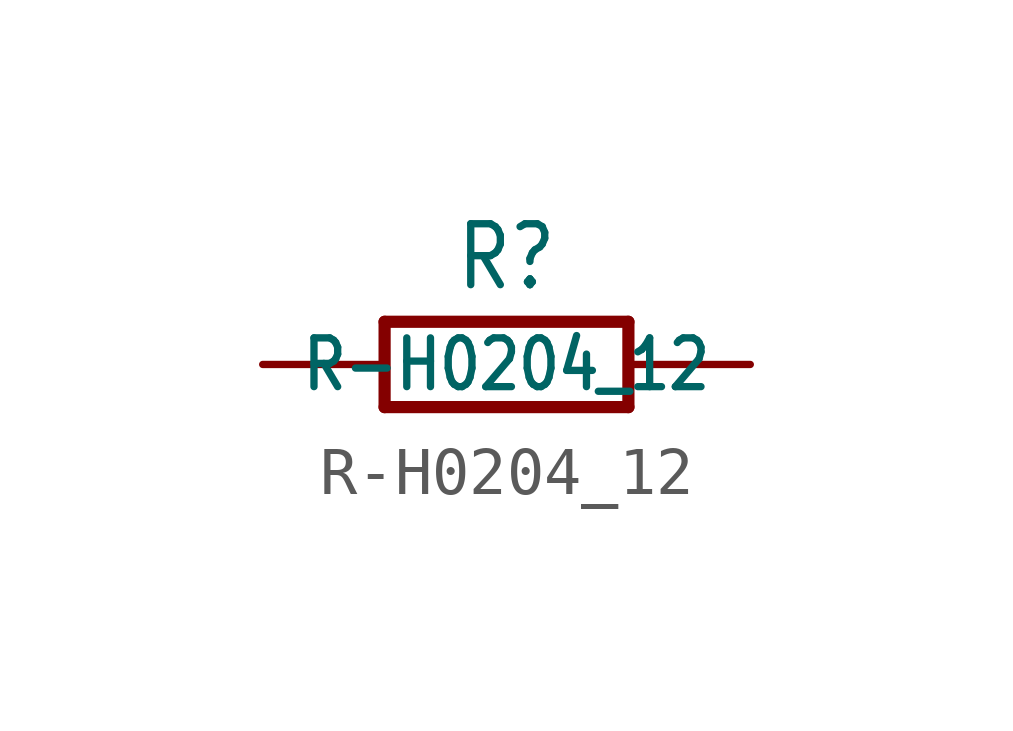
<source format=kicad_sym>
(kicad_symbol_lib
  (version 20201005)
  (generator kicad_symbol_editor)
  (symbol "R-H0204_12"
    (property "Reference" "R"
      (at 0 1.499 0)
      (effects (font (size 1.27 1.079)) (justify bottom)))
    (property "Value" "R-H0204_12"
      (at 0 0 0)
      (effects (font (size 1.016 0.864))))
    (property "ki_locked" ""
      (at 0 0 0)
      (effects (font (size 1.27 1.27))))
    (symbol "R-H0204_12_1_0"
      (polyline (pts (xy -2.54 -0.889) (xy -2.54 0.889)) (stroke (width 0.254)) (fill (type none)))
      (polyline (pts (xy -2.54 -0.889) (xy 2.54 -0.889)) (stroke (width 0.254)) (fill (type none)))
      (polyline (pts (xy 2.54 -0.889) (xy 2.54 0.889)) (stroke (width 0.254)) (fill (type none)))
      (polyline (pts (xy 2.54 0.889) (xy -2.54 0.889)) (stroke (width 0.254)) (fill (type none)))
      (pin passive line (at -5.08 0 0) (length 2.54) (name "1" (effects (font (size 0 0)))) (number "1" (effects (font (size 0 0)))))
      (pin passive line (at 5.08 0 180) (length 2.54) (name "2" (effects (font (size 0 0)))) (number "2" (effects (font (size 0 0))))))))
</source>
